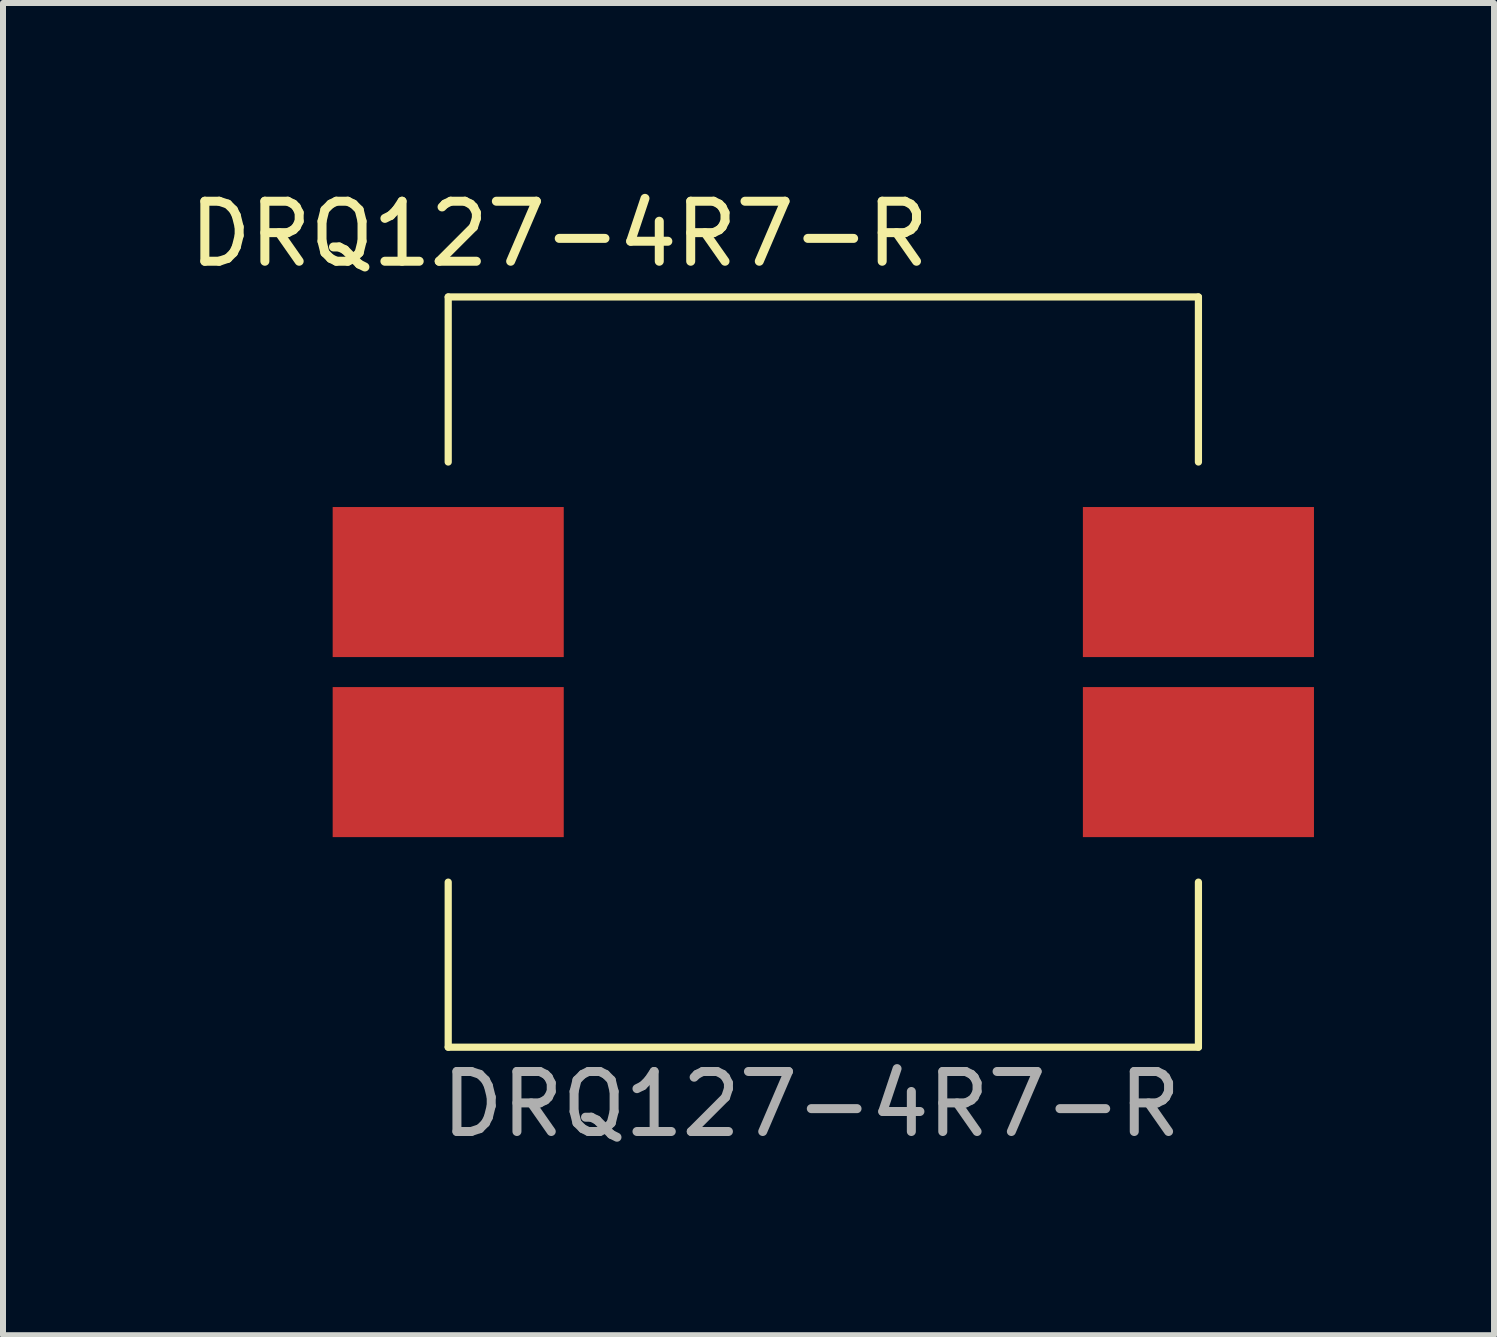
<source format=kicad_pcb>
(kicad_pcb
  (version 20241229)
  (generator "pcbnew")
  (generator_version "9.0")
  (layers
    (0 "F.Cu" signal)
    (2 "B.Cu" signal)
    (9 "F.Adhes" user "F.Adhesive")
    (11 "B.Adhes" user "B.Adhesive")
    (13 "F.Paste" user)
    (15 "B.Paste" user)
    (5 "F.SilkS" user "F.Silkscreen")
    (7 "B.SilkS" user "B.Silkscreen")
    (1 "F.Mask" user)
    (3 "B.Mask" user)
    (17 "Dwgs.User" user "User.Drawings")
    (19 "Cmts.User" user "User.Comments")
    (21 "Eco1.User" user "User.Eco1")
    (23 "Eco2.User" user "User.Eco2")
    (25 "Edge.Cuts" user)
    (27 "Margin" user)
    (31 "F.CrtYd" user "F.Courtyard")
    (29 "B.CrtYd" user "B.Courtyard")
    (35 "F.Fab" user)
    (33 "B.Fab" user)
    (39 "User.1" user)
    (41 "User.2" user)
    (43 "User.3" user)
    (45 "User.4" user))
  (footprint "DRQ127-4R7-R"
    (layer "F.Cu")
    (at 10.668 8.148)
    (property "Reference" "DRQ127-4R7-R" (at -4.4 -7.3 0) (unlocked yes) (layer "F.SilkS") (effects (font (size 1 1) (thickness 0.15))))
    (attr smd)
    (fp_line (start -6.25 -6.25) (end 6.25 -6.25) (stroke (width 0.12) (type default)) (layer "F.SilkS"))
    (fp_line (start -6.25 -3.5) (end -6.25 -6.25) (stroke (width 0.12) (type default)) (layer "F.SilkS"))
    (fp_line (start -6.25 6.25) (end -6.25 3.5) (stroke (width 0.12) (type default)) (layer "F.SilkS"))
    (fp_line (start 6.25 -6.25) (end 6.25 -3.5) (stroke (width 0.12) (type default)) (layer "F.SilkS"))
    (fp_line (start 6.25 3.5) (end 6.25 6.25) (stroke (width 0.12) (type default)) (layer "F.SilkS"))
    (fp_line (start 6.25 6.25) (end -6.25 6.25) (stroke (width 0.12) (type default)) (layer "F.SilkS"))
    (fp_text user "${REFERENCE}" (at -0.2 7.2 0) (unlocked yes) (layer "F.Fab") (effects (font (size 1 1) (thickness 0.15))))
    (pad "1" smd rect (at -6.25 -1.5) (size 3.85 2.5) (layers "F.Cu" "F.Mask" "F.Paste"))
    (pad "2" smd rect (at -6.25 1.5) (size 3.85 2.5) (layers "F.Cu" "F.Mask" "F.Paste"))
    (pad "3" smd rect (at 6.25 1.5) (size 3.85 2.5) (layers "F.Cu" "F.Mask" "F.Paste"))
    (pad "4" smd rect (at 6.25 -1.5) (size 3.85 2.5) (layers "F.Cu" "F.Mask" "F.Paste")))
  (gr_rect
    (start -3 -3)
    (end 21.843 19.197)
    (stroke (width 0.1) (type default))
    (fill no)
    (layer "Edge.Cuts")))
</source>
